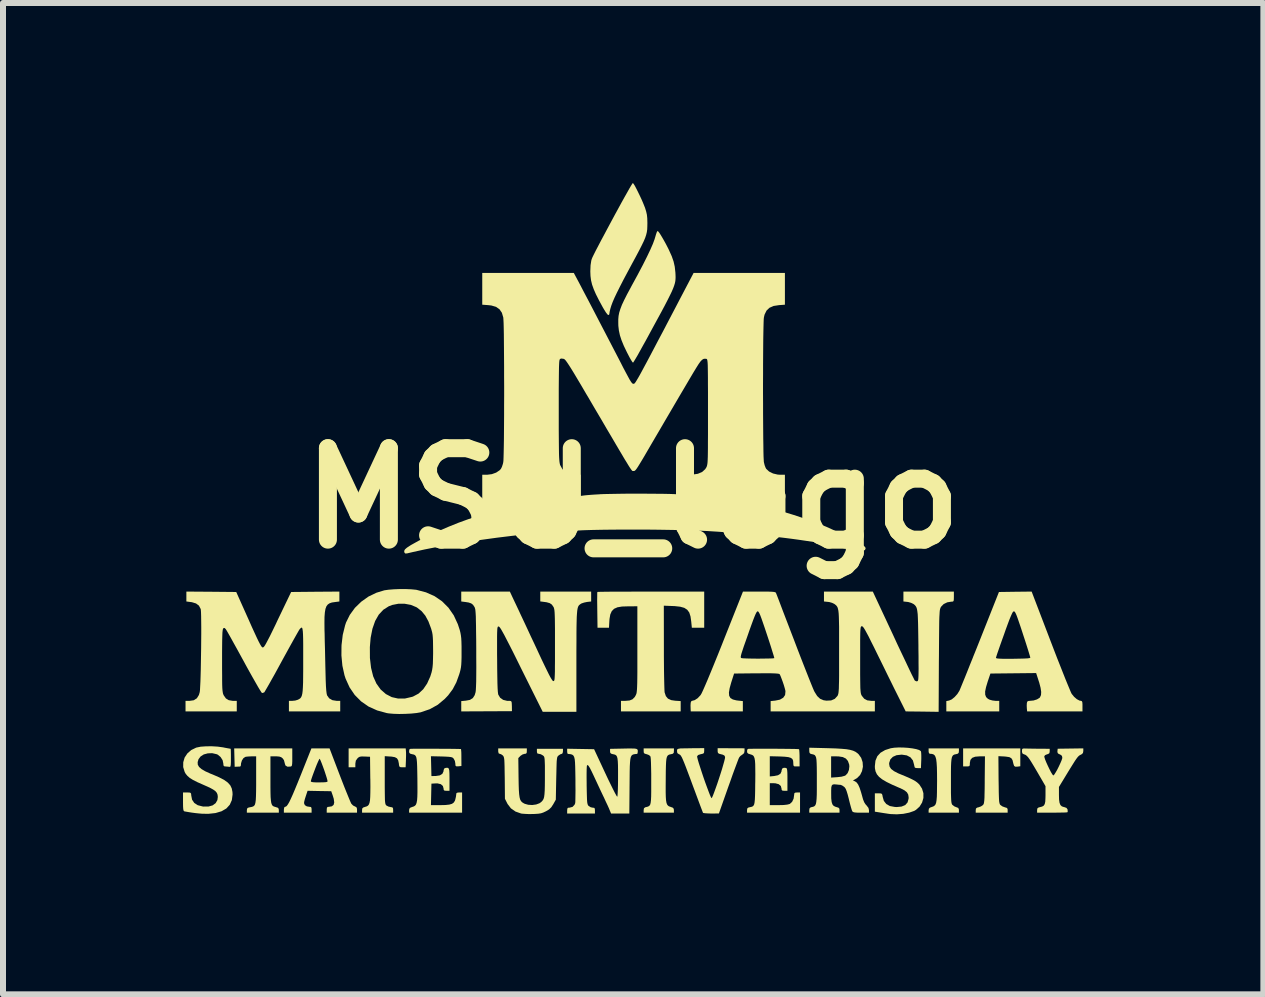
<source format=kicad_pcb>
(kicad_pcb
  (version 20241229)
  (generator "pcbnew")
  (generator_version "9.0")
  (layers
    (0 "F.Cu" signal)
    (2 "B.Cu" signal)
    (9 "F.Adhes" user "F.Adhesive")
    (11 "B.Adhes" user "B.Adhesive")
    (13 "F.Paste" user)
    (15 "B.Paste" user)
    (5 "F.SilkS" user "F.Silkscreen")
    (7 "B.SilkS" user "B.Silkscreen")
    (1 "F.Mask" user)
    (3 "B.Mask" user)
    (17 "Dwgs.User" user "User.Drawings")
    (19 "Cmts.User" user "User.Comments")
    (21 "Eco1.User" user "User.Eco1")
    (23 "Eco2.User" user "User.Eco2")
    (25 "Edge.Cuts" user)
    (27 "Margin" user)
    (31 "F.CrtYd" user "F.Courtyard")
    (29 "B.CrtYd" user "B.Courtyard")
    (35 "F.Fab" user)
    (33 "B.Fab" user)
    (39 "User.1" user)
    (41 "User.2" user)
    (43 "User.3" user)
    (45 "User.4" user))
  (footprint "MSU_logo"
    (layer "F.Cu")
    (at 7.495 5.254)
    (property "Reference" "MSU_logo" (at 0 0 0) (layer "F.SilkS") (effects (font (size 1.524 1.524) (thickness 0.3))))
    (attr board_only exclude_from_pos_files exclude_from_bom)
    (fp_poly (pts (xy 0.686 4.212) (xy 0.683 4.243) (xy 0.667 4.258) (xy 0.639 4.265) (xy 0.614 4.27) (xy 0.595 4.278) (xy 0.58 4.291) (xy 0.569 4.312) (xy 0.561 4.345) (xy 0.556 4.393) (xy 0.553 4.459) (xy 0.551 4.547) (xy 0.55 4.658) (xy 0.55 4.679) (xy 0.549 4.802) (xy 0.549 4.9) (xy 0.551 4.976) (xy 0.555 5.033) (xy 0.562 5.074) (xy 0.572 5.102) (xy 0.586 5.121) (xy 0.604 5.134) (xy 0.628 5.142) (xy 0.632 5.144) (xy 0.668 5.157) (xy 0.683 5.175) (xy 0.686 5.2) (xy 0.686 5.24) (xy 0.182 5.24) (xy 0.182 5.198) (xy 0.187 5.166) (xy 0.208 5.15) (xy 0.221 5.147) (xy 0.246 5.141) (xy 0.265 5.133) (xy 0.28 5.122) (xy 0.292 5.102) (xy 0.299 5.072) (xy 0.304 5.029) (xy 0.307 4.968) (xy 0.308 4.888) (xy 0.308 4.784) (xy 0.308 4.711) (xy 0.308 4.594) (xy 0.306 4.492) (xy 0.304 4.41) (xy 0.301 4.348) (xy 0.297 4.311) (xy 0.294 4.301) (xy 0.271 4.28) (xy 0.235 4.266) (xy 0.231 4.265) (xy 0.198 4.256) (xy 0.184 4.239) (xy 0.182 4.212) (xy 0.182 4.168) (xy 0.687 4.168)) (stroke (width 0) (type solid)) (fill yes) (layer "F.SilkS"))
    (fp_poly (pts (xy 5.436 4.212) (xy 5.432 4.242) (xy 5.417 4.257) (xy 5.387 4.265) (xy 5.363 4.27) (xy 5.344 4.279) (xy 5.33 4.293) (xy 5.319 4.317) (xy 5.312 4.352) (xy 5.307 4.403) (xy 5.304 4.472) (xy 5.303 4.562) (xy 5.303 4.676) (xy 5.303 4.709) (xy 5.303 4.822) (xy 5.303 4.91) (xy 5.305 4.977) (xy 5.307 5.026) (xy 5.31 5.06) (xy 5.314 5.083) (xy 5.32 5.099) (xy 5.327 5.11) (xy 5.329 5.111) (xy 5.362 5.136) (xy 5.395 5.149) (xy 5.425 5.161) (xy 5.435 5.185) (xy 5.436 5.199) (xy 5.436 5.24) (xy 4.931 5.24) (xy 4.931 5.2) (xy 4.936 5.173) (xy 4.953 5.156) (xy 4.986 5.144) (xy 5.011 5.135) (xy 5.03 5.122) (xy 5.045 5.104) (xy 5.056 5.075) (xy 5.063 5.033) (xy 5.068 4.975) (xy 5.07 4.898) (xy 5.071 4.799) (xy 5.072 4.707) (xy 5.071 4.583) (xy 5.069 4.483) (xy 5.064 4.406) (xy 5.057 4.349) (xy 5.045 4.308) (xy 5.03 4.282) (xy 5.009 4.267) (xy 4.983 4.26) (xy 4.96 4.259) (xy 4.94 4.253) (xy 4.932 4.231) (xy 4.931 4.213) (xy 4.931 4.168) (xy 5.436 4.168)) (stroke (width 0) (type solid)) (fill yes) (layer "F.SilkS"))
    (fp_poly (pts (xy 6.459 4.466) (xy 6.417 4.472) (xy 6.379 4.474) (xy 6.357 4.462) (xy 6.345 4.429) (xy 6.341 4.412) (xy 6.329 4.363) (xy 6.309 4.332) (xy 6.276 4.314) (xy 6.224 4.306) (xy 6.194 4.303) (xy 6.094 4.298) (xy 6.097 4.69) (xy 6.099 4.806) (xy 6.1 4.897) (xy 6.102 4.967) (xy 6.104 5.018) (xy 6.107 5.055) (xy 6.112 5.08) (xy 6.117 5.097) (xy 6.124 5.108) (xy 6.128 5.112) (xy 6.16 5.135) (xy 6.201 5.15) (xy 6.234 5.16) (xy 6.247 5.177) (xy 6.248 5.199) (xy 6.248 5.24) (xy 5.716 5.24) (xy 5.716 5.199) (xy 5.72 5.171) (xy 5.738 5.156) (xy 5.763 5.15) (xy 5.804 5.135) (xy 5.837 5.112) (xy 5.845 5.101) (xy 5.851 5.087) (xy 5.855 5.066) (xy 5.859 5.035) (xy 5.862 4.989) (xy 5.863 4.927) (xy 5.865 4.845) (xy 5.866 4.74) (xy 5.866 4.692) (xy 5.87 4.301) (xy 5.781 4.301) (xy 5.707 4.307) (xy 5.657 4.326) (xy 5.628 4.36) (xy 5.618 4.411) (xy 5.618 4.414) (xy 5.617 4.449) (xy 5.607 4.465) (xy 5.581 4.469) (xy 5.562 4.469) (xy 5.506 4.469) (xy 5.506 4.319) (xy 5.506 4.168) (xy 6.459 4.168)) (stroke (width 0) (type solid)) (fill yes) (layer "F.SilkS"))
    (fp_poly (pts (xy -3.78 4.21) (xy -3.778 4.244) (xy -3.778 4.296) (xy -3.78 4.356) (xy -3.78 4.368) (xy -3.785 4.483) (xy -3.838 4.483) (xy -3.87 4.482) (xy -3.887 4.473) (xy -3.895 4.449) (xy -3.898 4.419) (xy -3.909 4.367) (xy -3.929 4.334) (xy -3.964 4.315) (xy -4.02 4.305) (xy -4.042 4.304) (xy -4.133 4.298) (xy -4.133 4.697) (xy -4.133 4.813) (xy -4.132 4.905) (xy -4.131 4.975) (xy -4.13 5.027) (xy -4.127 5.064) (xy -4.123 5.088) (xy -4.118 5.104) (xy -4.111 5.114) (xy -4.107 5.119) (xy -4.074 5.137) (xy -4.037 5.146) (xy -4.006 5.151) (xy -3.995 5.167) (xy -3.993 5.194) (xy -3.993 5.24) (xy -4.511 5.24) (xy -4.511 5.198) (xy -4.508 5.17) (xy -4.492 5.154) (xy -4.457 5.142) (xy -4.456 5.142) (xy -4.431 5.134) (xy -4.412 5.122) (xy -4.398 5.104) (xy -4.387 5.076) (xy -4.379 5.035) (xy -4.375 4.979) (xy -4.373 4.905) (xy -4.372 4.809) (xy -4.373 4.688) (xy -4.374 4.665) (xy -4.378 4.308) (xy -4.466 4.304) (xy -4.516 4.303) (xy -4.548 4.307) (xy -4.572 4.32) (xy -4.588 4.335) (xy -4.615 4.373) (xy -4.623 4.423) (xy -4.623 4.426) (xy -4.623 4.483) (xy -4.735 4.483) (xy -4.735 4.168) (xy -3.784 4.168)) (stroke (width 0) (type solid)) (fill yes) (layer "F.SilkS"))
    (fp_poly (pts (xy -5.674 4.317) (xy -5.674 4.383) (xy -5.676 4.426) (xy -5.68 4.452) (xy -5.687 4.465) (xy -5.699 4.47) (xy -5.707 4.472) (xy -5.756 4.473) (xy -5.788 4.453) (xy -5.8 4.415) (xy -5.8 4.413) (xy -5.813 4.364) (xy -5.834 4.335) (xy -5.859 4.315) (xy -5.889 4.305) (xy -5.933 4.301) (xy -5.954 4.301) (xy -6.038 4.301) (xy -6.038 4.683) (xy -6.038 4.806) (xy -6.037 4.904) (xy -6.035 4.98) (xy -6.03 5.037) (xy -6.024 5.078) (xy -6.014 5.106) (xy -6.001 5.125) (xy -5.983 5.136) (xy -5.961 5.143) (xy -5.951 5.146) (xy -5.916 5.157) (xy -5.901 5.174) (xy -5.898 5.199) (xy -5.898 5.24) (xy -6.431 5.24) (xy -6.431 5.199) (xy -6.427 5.172) (xy -6.413 5.158) (xy -6.379 5.149) (xy -6.374 5.149) (xy -6.347 5.143) (xy -6.326 5.136) (xy -6.309 5.124) (xy -6.296 5.103) (xy -6.288 5.072) (xy -6.282 5.026) (xy -6.279 4.963) (xy -6.277 4.88) (xy -6.276 4.774) (xy -6.276 4.69) (xy -6.276 4.301) (xy -6.35 4.301) (xy -6.399 4.303) (xy -6.441 4.307) (xy -6.456 4.31) (xy -6.488 4.331) (xy -6.514 4.371) (xy -6.528 4.418) (xy -6.529 4.433) (xy -6.533 4.461) (xy -6.543 4.471) (xy -6.566 4.472) (xy -6.595 4.473) (xy -6.634 4.475) (xy -6.638 4.321) (xy -6.642 4.168) (xy -5.674 4.168)) (stroke (width 0) (type solid)) (fill yes) (layer "F.SilkS"))
    (fp_poly (pts (xy 0.428 -4.443) (xy 0.452 -4.411) (xy 0.482 -4.362) (xy 0.517 -4.302) (xy 0.554 -4.235) (xy 0.59 -4.165) (xy 0.604 -4.136) (xy 0.65 -4.034) (xy 0.681 -3.945) (xy 0.7 -3.86) (xy 0.71 -3.77) (xy 0.711 -3.761) (xy 0.713 -3.722) (xy 0.714 -3.687) (xy 0.713 -3.654) (xy 0.71 -3.621) (xy 0.703 -3.586) (xy 0.691 -3.546) (xy 0.674 -3.5) (xy 0.651 -3.446) (xy 0.62 -3.382) (xy 0.582 -3.306) (xy 0.535 -3.215) (xy 0.478 -3.108) (xy 0.41 -2.983) (xy 0.331 -2.838) (xy 0.24 -2.67) (xy 0.221 -2.635) (xy 0.169 -2.542) (xy 0.122 -2.457) (xy 0.081 -2.383) (xy 0.046 -2.324) (xy 0.021 -2.283) (xy 0.007 -2.262) (xy 0.005 -2.26) (xy -0.006 -2.27) (xy -0.026 -2.301) (xy -0.053 -2.348) (xy -0.084 -2.408) (xy -0.094 -2.427) (xy -0.148 -2.539) (xy -0.187 -2.634) (xy -0.214 -2.717) (xy -0.231 -2.796) (xy -0.24 -2.875) (xy -0.241 -2.922) (xy -0.241 -2.983) (xy -0.236 -3.04) (xy -0.225 -3.096) (xy -0.206 -3.156) (xy -0.18 -3.224) (xy -0.143 -3.303) (xy -0.095 -3.398) (xy -0.034 -3.511) (xy -0.02 -3.538) (xy 0.081 -3.723) (xy 0.167 -3.886) (xy 0.238 -4.027) (xy 0.294 -4.145) (xy 0.336 -4.241) (xy 0.364 -4.317) (xy 0.375 -4.354) (xy 0.389 -4.402) (xy 0.402 -4.438) (xy 0.414 -4.455) (xy 0.415 -4.455)) (stroke (width 0) (type solid)) (fill yes) (layer "F.SilkS"))
    (fp_poly (pts (xy 0.013 -5.242) (xy 0.034 -5.209) (xy 0.06 -5.16) (xy 0.09 -5.1) (xy 0.122 -5.034) (xy 0.153 -4.967) (xy 0.18 -4.903) (xy 0.202 -4.848) (xy 0.206 -4.837) (xy 0.224 -4.778) (xy 0.236 -4.725) (xy 0.242 -4.667) (xy 0.244 -4.593) (xy 0.244 -4.581) (xy 0.243 -4.528) (xy 0.241 -4.48) (xy 0.235 -4.436) (xy 0.224 -4.391) (xy 0.208 -4.342) (xy 0.184 -4.285) (xy 0.151 -4.217) (xy 0.109 -4.134) (xy 0.055 -4.032) (xy 0.004 -3.938) (xy -0.081 -3.78) (xy -0.154 -3.643) (xy -0.214 -3.526) (xy -0.264 -3.426) (xy -0.304 -3.342) (xy -0.335 -3.27) (xy -0.358 -3.208) (xy -0.374 -3.155) (xy -0.385 -3.108) (xy -0.391 -3.065) (xy -0.403 -3.055) (xy -0.41 -3.054) (xy -0.423 -3.066) (xy -0.447 -3.097) (xy -0.476 -3.143) (xy -0.5 -3.184) (xy -0.564 -3.302) (xy -0.614 -3.401) (xy -0.651 -3.486) (xy -0.678 -3.562) (xy -0.695 -3.633) (xy -0.704 -3.705) (xy -0.707 -3.78) (xy -0.707 -3.783) (xy -0.703 -3.883) (xy -0.691 -3.961) (xy -0.683 -3.988) (xy -0.672 -4.015) (xy -0.649 -4.062) (xy -0.617 -4.126) (xy -0.576 -4.204) (xy -0.529 -4.294) (xy -0.476 -4.393) (xy -0.42 -4.498) (xy -0.362 -4.606) (xy -0.304 -4.714) (xy -0.246 -4.82) (xy -0.191 -4.921) (xy -0.14 -5.013) (xy -0.094 -5.094) (xy -0.056 -5.162) (xy -0.026 -5.213) (xy -0.006 -5.244) (xy 0.001 -5.254)) (stroke (width 0) (type solid)) (fill yes) (layer "F.SilkS"))
    (fp_poly (pts (xy 1.191 2.158) (xy 0.985 2.158) (xy 0.975 2.056) (xy 0.963 1.97) (xy 0.942 1.904) (xy 0.908 1.858) (xy 0.859 1.826) (xy 0.79 1.807) (xy 0.698 1.797) (xy 0.67 1.796) (xy 0.518 1.79) (xy 0.519 2.481) (xy 0.519 2.62) (xy 0.52 2.752) (xy 0.521 2.874) (xy 0.523 2.984) (xy 0.525 3.077) (xy 0.527 3.152) (xy 0.529 3.205) (xy 0.531 3.233) (xy 0.531 3.234) (xy 0.552 3.297) (xy 0.587 3.339) (xy 0.641 3.364) (xy 0.707 3.374) (xy 0.799 3.38) (xy 0.799 3.466) (xy 0.799 3.552) (xy -0.196 3.552) (xy -0.196 3.464) (xy -0.196 3.376) (xy -0.123 3.376) (xy -0.053 3.37) (xy -0.004 3.35) (xy 0.033 3.313) (xy 0.049 3.285) (xy 0.055 3.272) (xy 0.061 3.257) (xy 0.065 3.238) (xy 0.068 3.213) (xy 0.071 3.179) (xy 0.073 3.134) (xy 0.075 3.075) (xy 0.076 3) (xy 0.077 2.906) (xy 0.077 2.791) (xy 0.077 2.653) (xy 0.077 2.515) (xy 0.077 1.8) (xy -0.077 1.801) (xy -0.178 1.804) (xy -0.255 1.817) (xy -0.311 1.842) (xy -0.349 1.88) (xy -0.374 1.936) (xy -0.387 2.01) (xy -0.39 2.048) (xy -0.396 2.158) (xy -0.587 2.158) (xy -0.591 1.862) (xy -0.592 1.774) (xy -0.593 1.696) (xy -0.592 1.632) (xy -0.592 1.586) (xy -0.59 1.563) (xy -0.59 1.561) (xy -0.575 1.56) (xy -0.535 1.559) (xy -0.471 1.558) (xy -0.387 1.557) (xy -0.284 1.557) (xy -0.165 1.556) (xy -0.032 1.556) (xy 0.113 1.555) (xy 0.266 1.555) (xy 0.304 1.555) (xy 1.191 1.555)) (stroke (width 0) (type solid)) (fill yes) (layer "F.SilkS"))
    (fp_poly (pts (xy -4.884 4.611) (xy -4.843 4.717) (xy -4.804 4.817) (xy -4.768 4.906) (xy -4.737 4.982) (xy -4.713 5.04) (xy -4.696 5.078) (xy -4.69 5.09) (xy -4.661 5.12) (xy -4.63 5.136) (xy -4.606 5.148) (xy -4.596 5.172) (xy -4.595 5.192) (xy -4.595 5.24) (xy -5.1 5.24) (xy -5.1 5.191) (xy -5.097 5.158) (xy -5.085 5.144) (xy -5.064 5.142) (xy -5.015 5.134) (xy -4.985 5.11) (xy -4.975 5.069) (xy -4.983 5.008) (xy -5 4.953) (xy -5.025 4.882) (xy -5.222 4.879) (xy -5.419 4.875) (xy -5.448 4.962) (xy -5.464 5.012) (xy -5.475 5.056) (xy -5.478 5.081) (xy -5.465 5.114) (xy -5.431 5.135) (xy -5.388 5.142) (xy -5.363 5.145) (xy -5.354 5.161) (xy -5.352 5.191) (xy -5.352 5.24) (xy -5.814 5.24) (xy -5.814 5.191) (xy -5.809 5.154) (xy -5.795 5.142) (xy -5.794 5.142) (xy -5.779 5.138) (xy -5.764 5.125) (xy -5.746 5.1) (xy -5.724 5.062) (xy -5.698 5.008) (xy -5.666 4.937) (xy -5.627 4.845) (xy -5.58 4.731) (xy -5.575 4.718) (xy -5.365 4.718) (xy -5.357 4.726) (xy -5.33 4.732) (xy -5.281 4.735) (xy -5.226 4.735) (xy -5.158 4.734) (xy -5.114 4.731) (xy -5.091 4.725) (xy -5.086 4.717) (xy -5.09 4.694) (xy -5.102 4.652) (xy -5.119 4.599) (xy -5.139 4.538) (xy -5.161 4.477) (xy -5.182 4.421) (xy -5.2 4.376) (xy -5.213 4.348) (xy -5.219 4.341) (xy -5.227 4.353) (xy -5.243 4.386) (xy -5.264 4.434) (xy -5.287 4.492) (xy -5.31 4.553) (xy -5.332 4.612) (xy -5.35 4.663) (xy -5.362 4.701) (xy -5.365 4.718) (xy -5.575 4.718) (xy -5.532 4.612) (xy -5.355 4.168) (xy -5.053 4.168)) (stroke (width 0) (type solid)) (fill yes) (layer "F.SilkS"))
    (fp_poly (pts (xy 1.191 4.21) (xy 1.188 4.24) (xy 1.175 4.255) (xy 1.144 4.263) (xy 1.136 4.264) (xy 1.092 4.278) (xy 1.073 4.298) (xy 1.075 4.318) (xy 1.085 4.359) (xy 1.102 4.417) (xy 1.125 4.488) (xy 1.151 4.568) (xy 1.179 4.652) (xy 1.208 4.735) (xy 1.237 4.814) (xy 1.263 4.884) (xy 1.285 4.941) (xy 1.302 4.98) (xy 1.313 4.998) (xy 1.313 4.998) (xy 1.322 4.987) (xy 1.337 4.953) (xy 1.357 4.901) (xy 1.381 4.835) (xy 1.408 4.759) (xy 1.435 4.678) (xy 1.462 4.595) (xy 1.487 4.516) (xy 1.508 4.443) (xy 1.525 4.383) (xy 1.536 4.338) (xy 1.539 4.313) (xy 1.539 4.312) (xy 1.529 4.289) (xy 1.503 4.274) (xy 1.475 4.267) (xy 1.437 4.257) (xy 1.42 4.243) (xy 1.415 4.219) (xy 1.415 4.209) (xy 1.415 4.165) (xy 1.639 4.166) (xy 1.863 4.167) (xy 1.863 4.211) (xy 1.856 4.247) (xy 1.831 4.269) (xy 1.829 4.27) (xy 1.794 4.295) (xy 1.775 4.318) (xy 1.765 4.338) (xy 1.748 4.382) (xy 1.724 4.446) (xy 1.694 4.526) (xy 1.66 4.619) (xy 1.624 4.722) (xy 1.595 4.802) (xy 1.436 5.253) (xy 1.307 5.254) (xy 1.25 5.252) (xy 1.204 5.249) (xy 1.177 5.245) (xy 1.171 5.242) (xy 1.165 5.227) (xy 1.15 5.188) (xy 1.128 5.13) (xy 1.1 5.055) (xy 1.067 4.966) (xy 1.03 4.866) (xy 1.003 4.794) (xy 0.955 4.664) (xy 0.915 4.558) (xy 0.883 4.473) (xy 0.857 4.407) (xy 0.836 4.357) (xy 0.82 4.321) (xy 0.806 4.297) (xy 0.795 4.281) (xy 0.784 4.272) (xy 0.774 4.267) (xy 0.771 4.266) (xy 0.747 4.25) (xy 0.741 4.237) (xy 0.738 4.212) (xy 0.739 4.193) (xy 0.746 4.181) (xy 0.764 4.174) (xy 0.796 4.169) (xy 0.847 4.168) (xy 0.92 4.167) (xy 0.963 4.166) (xy 1.191 4.164)) (stroke (width 0) (type solid)) (fill yes) (layer "F.SilkS"))
    (fp_poly (pts (xy 4.507 4.154) (xy 4.586 4.159) (xy 4.659 4.168) (xy 4.723 4.18) (xy 4.772 4.195) (xy 4.799 4.212) (xy 4.803 4.218) (xy 4.807 4.242) (xy 4.809 4.287) (xy 4.809 4.344) (xy 4.808 4.37) (xy 4.803 4.497) (xy 4.75 4.497) (xy 4.716 4.495) (xy 4.699 4.485) (xy 4.692 4.457) (xy 4.689 4.441) (xy 4.669 4.369) (xy 4.628 4.317) (xy 4.567 4.285) (xy 4.487 4.273) (xy 4.476 4.273) (xy 4.396 4.282) (xy 4.335 4.309) (xy 4.293 4.352) (xy 4.274 4.41) (xy 4.273 4.428) (xy 4.281 4.473) (xy 4.306 4.511) (xy 4.353 4.547) (xy 4.422 4.583) (xy 4.453 4.596) (xy 4.545 4.634) (xy 4.616 4.665) (xy 4.669 4.691) (xy 4.708 4.713) (xy 4.739 4.735) (xy 4.764 4.758) (xy 4.776 4.77) (xy 4.821 4.839) (xy 4.844 4.915) (xy 4.844 4.995) (xy 4.822 5.071) (xy 4.78 5.139) (xy 4.72 5.193) (xy 4.691 5.21) (xy 4.608 5.239) (xy 4.509 5.259) (xy 4.402 5.267) (xy 4.296 5.263) (xy 4.259 5.258) (xy 4.227 5.253) (xy 4.179 5.246) (xy 4.129 5.238) (xy 4.035 5.223) (xy 4.035 4.917) (xy 4.096 4.917) (xy 4.134 4.919) (xy 4.153 4.927) (xy 4.161 4.95) (xy 4.165 4.974) (xy 4.185 5.044) (xy 4.225 5.095) (xy 4.285 5.129) (xy 4.366 5.144) (xy 4.399 5.146) (xy 4.48 5.138) (xy 4.541 5.113) (xy 4.58 5.069) (xy 4.597 5.008) (xy 4.598 4.984) (xy 4.591 4.938) (xy 4.569 4.9) (xy 4.528 4.867) (xy 4.464 4.834) (xy 4.444 4.826) (xy 4.325 4.774) (xy 4.231 4.728) (xy 4.158 4.685) (xy 4.105 4.643) (xy 4.069 4.6) (xy 4.047 4.553) (xy 4.036 4.5) (xy 4.035 4.464) (xy 4.045 4.373) (xy 4.076 4.299) (xy 4.129 4.241) (xy 4.206 4.196) (xy 4.3 4.166) (xy 4.359 4.157) (xy 4.43 4.153)) (stroke (width 0) (type solid)) (fill yes) (layer "F.SilkS"))
    (fp_poly (pts (xy 7.509 4.212) (xy 7.503 4.246) (xy 7.48 4.267) (xy 7.468 4.273) (xy 7.452 4.281) (xy 7.436 4.292) (xy 7.418 4.31) (xy 7.397 4.337) (xy 7.37 4.376) (xy 7.336 4.43) (xy 7.291 4.502) (xy 7.234 4.595) (xy 7.23 4.602) (xy 7.103 4.811) (xy 7.103 4.945) (xy 7.105 5.023) (xy 7.113 5.077) (xy 7.128 5.113) (xy 7.152 5.135) (xy 7.188 5.147) (xy 7.192 5.147) (xy 7.228 5.16) (xy 7.245 5.183) (xy 7.247 5.191) (xy 7.249 5.22) (xy 7.246 5.232) (xy 7.23 5.235) (xy 7.191 5.237) (xy 7.133 5.238) (xy 7.061 5.239) (xy 6.989 5.24) (xy 6.739 5.24) (xy 6.739 5.199) (xy 6.743 5.169) (xy 6.762 5.154) (xy 6.784 5.148) (xy 6.823 5.138) (xy 6.85 5.122) (xy 6.866 5.096) (xy 6.875 5.056) (xy 6.878 4.995) (xy 6.879 4.947) (xy 6.879 4.798) (xy 6.745 4.567) (xy 6.691 4.475) (xy 6.648 4.404) (xy 6.615 4.352) (xy 6.588 4.315) (xy 6.565 4.291) (xy 6.545 4.276) (xy 6.524 4.268) (xy 6.52 4.267) (xy 6.496 4.255) (xy 6.487 4.228) (xy 6.487 4.213) (xy 6.489 4.182) (xy 6.503 4.171) (xy 6.532 4.17) (xy 6.563 4.171) (xy 6.615 4.172) (xy 6.682 4.173) (xy 6.755 4.174) (xy 6.763 4.174) (xy 6.949 4.175) (xy 6.949 4.216) (xy 6.944 4.247) (xy 6.923 4.262) (xy 6.908 4.266) (xy 6.876 4.279) (xy 6.859 4.297) (xy 6.861 4.317) (xy 6.873 4.355) (xy 6.893 4.404) (xy 6.918 4.459) (xy 6.944 4.513) (xy 6.969 4.562) (xy 6.991 4.599) (xy 7.007 4.618) (xy 7.011 4.619) (xy 7.026 4.604) (xy 7.048 4.569) (xy 7.075 4.522) (xy 7.102 4.468) (xy 7.127 4.414) (xy 7.147 4.367) (xy 7.158 4.333) (xy 7.159 4.324) (xy 7.153 4.293) (xy 7.129 4.274) (xy 7.116 4.268) (xy 7.087 4.253) (xy 7.077 4.23) (xy 7.078 4.213) (xy 7.082 4.174) (xy 7.509 4.168)) (stroke (width 0) (type solid)) (fill yes) (layer "F.SilkS"))
    (fp_poly (pts (xy 2.34 4.174) (xy 2.454 4.175) (xy 2.555 4.176) (xy 2.64 4.177) (xy 2.706 4.178) (xy 2.751 4.18) (xy 2.771 4.182) (xy 2.772 4.182) (xy 2.775 4.199) (xy 2.778 4.237) (xy 2.78 4.29) (xy 2.78 4.33) (xy 2.781 4.469) (xy 2.728 4.469) (xy 2.694 4.468) (xy 2.68 4.457) (xy 2.676 4.43) (xy 2.676 4.415) (xy 2.673 4.375) (xy 2.661 4.346) (xy 2.636 4.327) (xy 2.594 4.314) (xy 2.532 4.307) (xy 2.45 4.303) (xy 2.284 4.299) (xy 2.284 4.636) (xy 2.357 4.629) (xy 2.421 4.616) (xy 2.461 4.591) (xy 2.479 4.553) (xy 2.48 4.539) (xy 2.49 4.505) (xy 2.519 4.491) (xy 2.553 4.494) (xy 2.563 4.499) (xy 2.57 4.511) (xy 2.574 4.535) (xy 2.577 4.576) (xy 2.578 4.638) (xy 2.578 4.687) (xy 2.578 4.875) (xy 2.529 4.875) (xy 2.496 4.873) (xy 2.482 4.861) (xy 2.48 4.84) (xy 2.468 4.795) (xy 2.433 4.765) (xy 2.377 4.75) (xy 2.354 4.749) (xy 2.284 4.749) (xy 2.284 5.114) (xy 2.431 5.114) (xy 2.516 5.112) (xy 2.577 5.105) (xy 2.615 5.095) (xy 2.619 5.093) (xy 2.656 5.059) (xy 2.681 5.006) (xy 2.69 4.943) (xy 2.693 4.917) (xy 2.707 4.906) (xy 2.739 4.903) (xy 2.788 4.903) (xy 2.788 5.24) (xy 1.905 5.24) (xy 1.905 5.198) (xy 1.909 5.169) (xy 1.926 5.155) (xy 1.954 5.148) (xy 1.978 5.143) (xy 1.997 5.136) (xy 2.012 5.123) (xy 2.023 5.103) (xy 2.03 5.071) (xy 2.035 5.024) (xy 2.038 4.96) (xy 2.04 4.875) (xy 2.041 4.766) (xy 2.042 4.723) (xy 2.043 4.601) (xy 2.042 4.504) (xy 2.041 4.429) (xy 2.037 4.373) (xy 2.03 4.333) (xy 2.02 4.306) (xy 2.007 4.288) (xy 1.989 4.277) (xy 1.966 4.269) (xy 1.958 4.267) (xy 1.923 4.255) (xy 1.908 4.239) (xy 1.905 4.215) (xy 1.909 4.187) (xy 1.925 4.176) (xy 1.951 4.175) (xy 2.086 4.174) (xy 2.217 4.174)) (stroke (width 0) (type solid)) (fill yes) (layer "F.SilkS"))
    (fp_poly (pts (xy -1.765 4.213) (xy -1.768 4.245) (xy -1.782 4.257) (xy -1.801 4.259) (xy -1.835 4.269) (xy -1.87 4.292) (xy -1.872 4.294) (xy -1.907 4.33) (xy -1.903 4.655) (xy -1.901 4.771) (xy -1.898 4.861) (xy -1.893 4.931) (xy -1.886 4.983) (xy -1.876 5.021) (xy -1.861 5.048) (xy -1.841 5.068) (xy -1.815 5.084) (xy -1.799 5.092) (xy -1.742 5.108) (xy -1.675 5.112) (xy -1.609 5.103) (xy -1.555 5.083) (xy -1.544 5.076) (xy -1.52 5.057) (xy -1.502 5.037) (xy -1.487 5.012) (xy -1.477 4.979) (xy -1.471 4.933) (xy -1.467 4.873) (xy -1.465 4.793) (xy -1.464 4.69) (xy -1.464 4.64) (xy -1.464 4.536) (xy -1.464 4.456) (xy -1.466 4.398) (xy -1.468 4.356) (xy -1.471 4.328) (xy -1.476 4.31) (xy -1.483 4.298) (xy -1.493 4.289) (xy -1.497 4.286) (xy -1.532 4.266) (xy -1.564 4.259) (xy -1.588 4.254) (xy -1.596 4.234) (xy -1.597 4.217) (xy -1.597 4.175) (xy -1.163 4.175) (xy -1.163 4.217) (xy -1.169 4.249) (xy -1.182 4.259) (xy -1.207 4.267) (xy -1.235 4.286) (xy -1.245 4.295) (xy -1.253 4.305) (xy -1.259 4.32) (xy -1.263 4.344) (xy -1.267 4.38) (xy -1.269 4.431) (xy -1.271 4.501) (xy -1.273 4.594) (xy -1.275 4.668) (xy -1.282 5.023) (xy -1.325 5.1) (xy -1.358 5.15) (xy -1.395 5.186) (xy -1.447 5.217) (xy -1.448 5.217) (xy -1.49 5.237) (xy -1.529 5.25) (xy -1.573 5.257) (xy -1.633 5.261) (xy -1.663 5.262) (xy -1.731 5.263) (xy -1.795 5.26) (xy -1.847 5.256) (xy -1.863 5.253) (xy -1.954 5.221) (xy -2.03 5.168) (xy -2.086 5.095) (xy -2.091 5.085) (xy -2.13 5.008) (xy -2.133 4.663) (xy -2.135 4.555) (xy -2.136 4.472) (xy -2.138 4.409) (xy -2.14 4.364) (xy -2.144 4.333) (xy -2.149 4.312) (xy -2.156 4.298) (xy -2.163 4.288) (xy -2.192 4.267) (xy -2.216 4.259) (xy -2.234 4.252) (xy -2.241 4.226) (xy -2.242 4.213) (xy -2.242 4.168) (xy -1.765 4.168)) (stroke (width 0) (type solid)) (fill yes) (layer "F.SilkS"))
    (fp_poly (pts (xy -3.291 4.174) (xy -3.19 4.175) (xy -3.095 4.175) (xy -3.012 4.176) (xy -2.943 4.177) (xy -2.894 4.178) (xy -2.866 4.179) (xy -2.862 4.18) (xy -2.86 4.196) (xy -2.857 4.233) (xy -2.856 4.286) (xy -2.856 4.324) (xy -2.855 4.462) (xy -2.906 4.467) (xy -2.939 4.468) (xy -2.953 4.458) (xy -2.956 4.431) (xy -2.956 4.423) (xy -2.964 4.378) (xy -2.983 4.341) (xy -2.996 4.327) (xy -3.011 4.318) (xy -3.036 4.312) (xy -3.073 4.308) (xy -3.129 4.305) (xy -3.186 4.303) (xy -3.363 4.299) (xy -3.355 4.63) (xy -3.279 4.628) (xy -3.214 4.618) (xy -3.172 4.591) (xy -3.153 4.549) (xy -3.152 4.532) (xy -3.142 4.504) (xy -3.12 4.494) (xy -3.095 4.491) (xy -3.077 4.494) (xy -3.065 4.508) (xy -3.058 4.536) (xy -3.055 4.583) (xy -3.054 4.653) (xy -3.054 4.687) (xy -3.054 4.875) (xy -3.103 4.875) (xy -3.136 4.873) (xy -3.15 4.861) (xy -3.152 4.84) (xy -3.164 4.795) (xy -3.198 4.765) (xy -3.252 4.752) (xy -3.283 4.752) (xy -3.355 4.756) (xy -3.359 4.935) (xy -3.363 5.114) (xy -3.208 5.114) (xy -3.121 5.112) (xy -3.057 5.105) (xy -3.012 5.092) (xy -2.983 5.071) (xy -2.964 5.041) (xy -2.957 5.019) (xy -2.947 4.976) (xy -2.942 4.939) (xy -2.942 4.935) (xy -2.938 4.914) (xy -2.919 4.905) (xy -2.893 4.903) (xy -2.844 4.903) (xy -2.844 5.24) (xy -3.727 5.24) (xy -3.727 5.2) (xy -3.723 5.173) (xy -3.706 5.156) (xy -3.671 5.143) (xy -3.647 5.135) (xy -3.627 5.122) (xy -3.612 5.103) (xy -3.602 5.075) (xy -3.594 5.033) (xy -3.59 4.977) (xy -3.588 4.901) (xy -3.588 4.804) (xy -3.589 4.682) (xy -3.589 4.671) (xy -3.591 4.556) (xy -3.593 4.467) (xy -3.596 4.398) (xy -3.601 4.349) (xy -3.608 4.314) (xy -3.619 4.292) (xy -3.634 4.278) (xy -3.653 4.27) (xy -3.678 4.265) (xy -3.679 4.265) (xy -3.712 4.255) (xy -3.725 4.238) (xy -3.727 4.215) (xy -3.722 4.185) (xy -3.704 4.175) (xy -3.699 4.175) (xy -3.604 4.174) (xy -3.503 4.174) (xy -3.397 4.174)) (stroke (width 0) (type solid)) (fill yes) (layer "F.SilkS"))
    (fp_poly (pts (xy -6.916 4.139) (xy -6.822 4.152) (xy -6.815 4.154) (xy -6.763 4.164) (xy -6.723 4.171) (xy -6.702 4.175) (xy -6.7 4.175) (xy -6.699 4.188) (xy -6.698 4.223) (xy -6.697 4.275) (xy -6.697 4.328) (xy -6.697 4.395) (xy -6.699 4.439) (xy -6.703 4.464) (xy -6.709 4.475) (xy -6.719 4.476) (xy -6.721 4.476) (xy -6.754 4.472) (xy -6.784 4.47) (xy -6.811 4.466) (xy -6.821 4.45) (xy -6.823 4.422) (xy -6.835 4.365) (xy -6.869 4.312) (xy -6.916 4.273) (xy -6.935 4.265) (xy -7.009 4.248) (xy -7.082 4.251) (xy -7.149 4.269) (xy -7.202 4.303) (xy -7.237 4.349) (xy -7.237 4.35) (xy -7.251 4.397) (xy -7.249 4.439) (xy -7.228 4.477) (xy -7.187 4.513) (xy -7.124 4.55) (xy -7.036 4.59) (xy -7.002 4.603) (xy -6.894 4.65) (xy -6.811 4.693) (xy -6.75 4.737) (xy -6.708 4.783) (xy -6.683 4.835) (xy -6.671 4.895) (xy -6.669 4.937) (xy -6.681 5.03) (xy -6.716 5.108) (xy -6.773 5.17) (xy -6.852 5.216) (xy -6.953 5.246) (xy -7.073 5.259) (xy -7.18 5.257) (xy -7.226 5.253) (xy -7.284 5.247) (xy -7.346 5.239) (xy -7.403 5.23) (xy -7.449 5.222) (xy -7.475 5.217) (xy -7.476 5.216) (xy -7.485 5.206) (xy -7.491 5.181) (xy -7.494 5.138) (xy -7.495 5.071) (xy -7.495 5.056) (xy -7.495 4.903) (xy -7.428 4.903) (xy -7.387 4.904) (xy -7.367 4.911) (xy -7.36 4.927) (xy -7.358 4.952) (xy -7.344 5.023) (xy -7.308 5.077) (xy -7.25 5.115) (xy -7.169 5.136) (xy -7.153 5.138) (xy -7.069 5.137) (xy -7.001 5.118) (xy -6.951 5.081) (xy -6.922 5.03) (xy -6.915 4.978) (xy -6.919 4.941) (xy -6.931 4.91) (xy -6.954 4.882) (xy -6.991 4.855) (xy -7.047 4.824) (xy -7.125 4.789) (xy -7.161 4.773) (xy -7.256 4.731) (xy -7.329 4.694) (xy -7.382 4.661) (xy -7.421 4.627) (xy -7.45 4.592) (xy -7.467 4.562) (xy -7.492 4.48) (xy -7.491 4.399) (xy -7.468 4.321) (xy -7.422 4.252) (xy -7.358 4.196) (xy -7.276 4.156) (xy -7.268 4.154) (xy -7.2 4.14) (xy -7.113 4.134) (xy -7.016 4.133)) (stroke (width 0) (type solid)) (fill yes) (layer "F.SilkS"))
    (fp_poly (pts (xy -3.693 1.517) (xy -3.619 1.524) (xy -3.604 1.526) (xy -3.445 1.568) (xy -3.302 1.632) (xy -3.178 1.717) (xy -3.071 1.824) (xy -2.983 1.951) (xy -2.915 2.098) (xy -2.883 2.196) (xy -2.872 2.24) (xy -2.864 2.284) (xy -2.858 2.333) (xy -2.855 2.392) (xy -2.853 2.469) (xy -2.853 2.557) (xy -2.853 2.649) (xy -2.855 2.72) (xy -2.858 2.774) (xy -2.863 2.819) (xy -2.871 2.86) (xy -2.882 2.902) (xy -2.892 2.935) (xy -2.94 3.068) (xy -3 3.182) (xy -3.076 3.284) (xy -3.132 3.343) (xy -3.249 3.441) (xy -3.382 3.515) (xy -3.531 3.566) (xy -3.534 3.567) (xy -3.603 3.579) (xy -3.692 3.588) (xy -3.791 3.593) (xy -3.892 3.595) (xy -3.987 3.592) (xy -4.067 3.585) (xy -4.098 3.58) (xy -4.259 3.536) (xy -4.403 3.471) (xy -4.528 3.384) (xy -4.633 3.278) (xy -4.719 3.152) (xy -4.785 3.007) (xy -4.804 2.949) (xy -4.839 2.79) (xy -4.855 2.62) (xy -4.854 2.48) (xy -4.381 2.48) (xy -4.38 2.663) (xy -4.361 2.826) (xy -4.326 2.967) (xy -4.272 3.088) (xy -4.202 3.186) (xy -4.201 3.187) (xy -4.114 3.263) (xy -4.016 3.314) (xy -3.909 3.338) (xy -3.795 3.337) (xy -3.675 3.309) (xy -3.657 3.302) (xy -3.569 3.255) (xy -3.492 3.183) (xy -3.427 3.088) (xy -3.374 2.97) (xy -3.352 2.9) (xy -3.343 2.859) (xy -3.336 2.813) (xy -3.331 2.756) (xy -3.329 2.684) (xy -3.327 2.591) (xy -3.327 2.543) (xy -3.328 2.447) (xy -3.329 2.374) (xy -3.332 2.317) (xy -3.336 2.273) (xy -3.343 2.234) (xy -3.353 2.197) (xy -3.36 2.172) (xy -3.405 2.052) (xy -3.457 1.956) (xy -3.519 1.881) (xy -3.593 1.823) (xy -3.606 1.815) (xy -3.697 1.777) (xy -3.8 1.758) (xy -3.907 1.758) (xy -4.009 1.778) (xy -4.066 1.8) (xy -4.157 1.858) (xy -4.233 1.94) (xy -4.293 2.045) (xy -4.338 2.174) (xy -4.368 2.325) (xy -4.381 2.48) (xy -4.854 2.48) (xy -4.853 2.446) (xy -4.833 2.277) (xy -4.794 2.119) (xy -4.778 2.07) (xy -4.715 1.943) (xy -4.63 1.826) (xy -4.525 1.724) (xy -4.404 1.638) (xy -4.271 1.574) (xy -4.14 1.534) (xy -4.07 1.524) (xy -3.982 1.517) (xy -3.884 1.513) (xy -3.785 1.513)) (stroke (width 0) (type solid)) (fill yes) (layer "F.SilkS"))
    (fp_poly (pts (xy 3.254 4.165) (xy 3.379 4.169) (xy 3.481 4.175) (xy 3.561 4.182) (xy 3.624 4.193) (xy 3.673 4.207) (xy 3.712 4.225) (xy 3.744 4.248) (xy 3.763 4.265) (xy 3.807 4.326) (xy 3.831 4.398) (xy 3.836 4.474) (xy 3.821 4.547) (xy 3.789 4.612) (xy 3.739 4.663) (xy 3.722 4.673) (xy 3.67 4.703) (xy 3.705 4.718) (xy 3.733 4.738) (xy 3.757 4.772) (xy 3.781 4.825) (xy 3.805 4.899) (xy 3.82 4.952) (xy 3.839 5.02) (xy 3.858 5.067) (xy 3.879 5.1) (xy 3.895 5.117) (xy 3.928 5.16) (xy 3.937 5.197) (xy 3.937 5.24) (xy 3.804 5.24) (xy 3.741 5.239) (xy 3.7 5.236) (xy 3.676 5.23) (xy 3.662 5.221) (xy 3.658 5.214) (xy 3.649 5.191) (xy 3.636 5.147) (xy 3.62 5.088) (xy 3.603 5.02) (xy 3.602 5.014) (xy 3.582 4.937) (xy 3.565 4.882) (xy 3.55 4.844) (xy 3.534 4.82) (xy 3.523 4.809) (xy 3.491 4.787) (xy 3.464 4.776) (xy 3.463 4.776) (xy 3.432 4.774) (xy 3.397 4.77) (xy 3.358 4.767) (xy 3.333 4.771) (xy 3.317 4.787) (xy 3.309 4.818) (xy 3.307 4.87) (xy 3.307 4.922) (xy 3.308 5.004) (xy 3.315 5.062) (xy 3.328 5.102) (xy 3.349 5.127) (xy 3.38 5.142) (xy 3.394 5.146) (xy 3.429 5.157) (xy 3.444 5.174) (xy 3.446 5.199) (xy 3.446 5.24) (xy 2.942 5.24) (xy 2.942 5.197) (xy 2.947 5.166) (xy 2.966 5.151) (xy 2.985 5.146) (xy 3.008 5.141) (xy 3.027 5.132) (xy 3.041 5.118) (xy 3.052 5.095) (xy 3.059 5.06) (xy 3.064 5.01) (xy 3.067 4.942) (xy 3.068 4.854) (xy 3.068 4.741) (xy 3.068 4.698) (xy 3.068 4.655) (xy 3.306 4.655) (xy 3.408 4.648) (xy 3.48 4.64) (xy 3.533 4.625) (xy 3.548 4.617) (xy 3.581 4.581) (xy 3.603 4.528) (xy 3.61 4.469) (xy 3.607 4.437) (xy 3.586 4.378) (xy 3.552 4.338) (xy 3.501 4.313) (xy 3.43 4.302) (xy 3.388 4.301) (xy 3.306 4.301) (xy 3.306 4.655) (xy 3.068 4.655) (xy 3.068 4.579) (xy 3.067 4.485) (xy 3.065 4.413) (xy 3.062 4.36) (xy 3.056 4.322) (xy 3.046 4.297) (xy 3.034 4.281) (xy 3.017 4.272) (xy 2.995 4.266) (xy 2.982 4.264) (xy 2.955 4.254) (xy 2.944 4.235) (xy 2.942 4.206) (xy 2.942 4.157)) (stroke (width 0) (type solid)) (fill yes) (layer "F.SilkS"))
    (fp_poly (pts (xy 6.962 2.376) (xy 7.018 2.522) (xy 7.072 2.662) (xy 7.124 2.793) (xy 7.171 2.912) (xy 7.213 3.018) (xy 7.25 3.108) (xy 7.28 3.18) (xy 7.301 3.23) (xy 7.314 3.257) (xy 7.315 3.259) (xy 7.355 3.308) (xy 7.401 3.348) (xy 7.446 3.372) (xy 7.471 3.376) (xy 7.484 3.381) (xy 7.492 3.397) (xy 7.495 3.432) (xy 7.495 3.464) (xy 7.495 3.552) (xy 6.573 3.552) (xy 6.568 3.502) (xy 6.566 3.456) (xy 6.568 3.415) (xy 6.575 3.388) (xy 6.595 3.378) (xy 6.617 3.376) (xy 6.68 3.37) (xy 6.737 3.352) (xy 6.778 3.327) (xy 6.787 3.317) (xy 6.804 3.279) (xy 6.807 3.227) (xy 6.797 3.159) (xy 6.774 3.071) (xy 6.766 3.047) (xy 6.723 2.913) (xy 5.961 2.921) (xy 5.916 3.054) (xy 5.888 3.147) (xy 5.873 3.219) (xy 5.874 3.273) (xy 5.889 3.313) (xy 5.919 3.342) (xy 5.948 3.357) (xy 5.995 3.37) (xy 6.047 3.376) (xy 6.052 3.376) (xy 6.108 3.376) (xy 6.108 3.552) (xy 5.226 3.552) (xy 5.226 3.466) (xy 5.226 3.38) (xy 5.272 3.371) (xy 5.316 3.352) (xy 5.364 3.313) (xy 5.41 3.262) (xy 5.444 3.208) (xy 5.453 3.187) (xy 5.472 3.141) (xy 5.499 3.075) (xy 5.534 2.99) (xy 5.575 2.888) (xy 5.621 2.772) (xy 5.667 2.659) (xy 6.053 2.659) (xy 6.058 2.665) (xy 6.077 2.67) (xy 6.112 2.673) (xy 6.165 2.675) (xy 6.241 2.675) (xy 6.339 2.675) (xy 6.446 2.673) (xy 6.527 2.671) (xy 6.582 2.668) (xy 6.615 2.663) (xy 6.626 2.657) (xy 6.626 2.657) (xy 6.622 2.64) (xy 6.61 2.6) (xy 6.592 2.54) (xy 6.568 2.464) (xy 6.54 2.376) (xy 6.508 2.279) (xy 6.503 2.263) (xy 6.466 2.15) (xy 6.436 2.062) (xy 6.413 1.995) (xy 6.395 1.947) (xy 6.38 1.914) (xy 6.369 1.895) (xy 6.359 1.886) (xy 6.353 1.884) (xy 6.343 1.888) (xy 6.332 1.9) (xy 6.319 1.925) (xy 6.302 1.963) (xy 6.279 2.018) (xy 6.251 2.093) (xy 6.215 2.191) (xy 6.19 2.263) (xy 6.155 2.36) (xy 6.123 2.45) (xy 6.096 2.528) (xy 6.074 2.591) (xy 6.06 2.635) (xy 6.053 2.658) (xy 6.053 2.659) (xy 5.667 2.659) (xy 5.672 2.645) (xy 5.727 2.509) (xy 5.784 2.366) (xy 5.786 2.361) (xy 6.103 1.562) (xy 6.375 1.558) (xy 6.648 1.555)) (stroke (width 0) (type solid)) (fill yes) (layer "F.SilkS"))
    (fp_poly (pts (xy 0.027 4.171) (xy 0.057 4.175) (xy 0.074 4.183) (xy 0.082 4.194) (xy 0.084 4.209) (xy 0.084 4.218) (xy 0.081 4.247) (xy 0.074 4.26) (xy 0.042 4.263) (xy 0.016 4.267) (xy -0.004 4.275) (xy -0.02 4.289) (xy -0.032 4.313) (xy -0.04 4.348) (xy -0.045 4.398) (xy -0.049 4.465) (xy -0.051 4.553) (xy -0.052 4.663) (xy -0.053 4.785) (xy -0.057 5.254) (xy -0.361 5.254) (xy -0.383 5.201) (xy -0.396 5.169) (xy -0.419 5.118) (xy -0.449 5.055) (xy -0.481 4.985) (xy -0.49 4.967) (xy -0.53 4.883) (xy -0.573 4.791) (xy -0.614 4.703) (xy -0.648 4.63) (xy -0.685 4.552) (xy -0.713 4.497) (xy -0.734 4.463) (xy -0.748 4.447) (xy -0.758 4.448) (xy -0.764 4.458) (xy -0.766 4.478) (xy -0.768 4.521) (xy -0.769 4.584) (xy -0.769 4.662) (xy -0.768 4.75) (xy -0.768 4.788) (xy -0.766 4.89) (xy -0.764 4.967) (xy -0.762 5.024) (xy -0.759 5.065) (xy -0.754 5.092) (xy -0.748 5.11) (xy -0.74 5.123) (xy -0.737 5.126) (xy -0.701 5.149) (xy -0.67 5.156) (xy -0.643 5.159) (xy -0.632 5.173) (xy -0.63 5.205) (xy -0.63 5.254) (xy -1.093 5.254) (xy -1.093 5.205) (xy -1.09 5.172) (xy -1.079 5.158) (xy -1.052 5.156) (xy -1.003 5.143) (xy -0.97 5.108) (xy -0.959 5.081) (xy -0.957 5.059) (xy -0.956 5.013) (xy -0.955 4.947) (xy -0.954 4.866) (xy -0.955 4.773) (xy -0.955 4.683) (xy -0.957 4.565) (xy -0.959 4.472) (xy -0.962 4.401) (xy -0.967 4.349) (xy -0.976 4.312) (xy -0.989 4.288) (xy -1.007 4.274) (xy -1.03 4.266) (xy -1.061 4.262) (xy -1.082 4.26) (xy -1.09 4.247) (xy -1.093 4.217) (xy -1.093 4.217) (xy -1.093 4.174) (xy -0.868 4.178) (xy -0.644 4.182) (xy -0.458 4.581) (xy -0.412 4.679) (xy -0.369 4.767) (xy -0.331 4.844) (xy -0.3 4.905) (xy -0.276 4.949) (xy -0.262 4.971) (xy -0.258 4.974) (xy -0.254 4.958) (xy -0.251 4.917) (xy -0.248 4.855) (xy -0.246 4.773) (xy -0.245 4.677) (xy -0.245 4.643) (xy -0.245 4.533) (xy -0.246 4.448) (xy -0.249 4.384) (xy -0.254 4.338) (xy -0.262 4.307) (xy -0.274 4.287) (xy -0.291 4.275) (xy -0.313 4.268) (xy -0.331 4.265) (xy -0.363 4.255) (xy -0.376 4.238) (xy -0.378 4.216) (xy -0.378 4.176) (xy -0.179 4.172) (xy -0.087 4.17) (xy -0.02 4.17)) (stroke (width 0) (type solid)) (fill yes) (layer "F.SilkS"))
    (fp_poly (pts (xy -2.007 1.643) (xy -1.984 1.692) (xy -1.953 1.757) (xy -1.919 1.829) (xy -1.893 1.884) (xy -1.871 1.932) (xy -1.838 2.002) (xy -1.797 2.089) (xy -1.75 2.19) (xy -1.699 2.3) (xy -1.644 2.416) (xy -1.589 2.534) (xy -1.585 2.543) (xy -1.524 2.674) (xy -1.473 2.781) (xy -1.431 2.867) (xy -1.398 2.934) (xy -1.372 2.983) (xy -1.352 3.016) (xy -1.338 3.037) (xy -1.327 3.046) (xy -1.323 3.047) (xy -1.316 3.046) (xy -1.311 3.042) (xy -1.307 3.032) (xy -1.303 3.014) (xy -1.301 2.984) (xy -1.299 2.942) (xy -1.297 2.883) (xy -1.297 2.807) (xy -1.296 2.71) (xy -1.296 2.589) (xy -1.296 2.452) (xy -1.296 2.306) (xy -1.296 2.185) (xy -1.297 2.087) (xy -1.298 2.009) (xy -1.3 1.948) (xy -1.302 1.903) (xy -1.305 1.869) (xy -1.309 1.845) (xy -1.314 1.827) (xy -1.319 1.813) (xy -1.321 1.811) (xy -1.348 1.772) (xy -1.383 1.748) (xy -1.435 1.733) (xy -1.471 1.728) (xy -1.541 1.719) (xy -1.541 1.555) (xy -0.693 1.555) (xy -0.693 1.72) (xy -0.762 1.728) (xy -0.81 1.738) (xy -0.852 1.752) (xy -0.865 1.759) (xy -0.879 1.769) (xy -0.892 1.78) (xy -0.903 1.793) (xy -0.912 1.812) (xy -0.919 1.837) (xy -0.925 1.872) (xy -0.929 1.918) (xy -0.933 1.977) (xy -0.935 2.051) (xy -0.937 2.144) (xy -0.938 2.256) (xy -0.938 2.389) (xy -0.939 2.547) (xy -0.939 2.717) (xy -0.939 3.559) (xy -1.5 3.559) (xy -1.854 2.848) (xy -1.931 2.692) (xy -1.997 2.559) (xy -2.053 2.449) (xy -2.1 2.358) (xy -2.137 2.286) (xy -2.168 2.23) (xy -2.191 2.189) (xy -2.209 2.161) (xy -2.223 2.144) (xy -2.232 2.137) (xy -2.235 2.137) (xy -2.242 2.137) (xy -2.248 2.141) (xy -2.252 2.15) (xy -2.256 2.168) (xy -2.258 2.197) (xy -2.26 2.239) (xy -2.261 2.297) (xy -2.261 2.374) (xy -2.261 2.472) (xy -2.261 2.594) (xy -2.26 2.679) (xy -2.259 2.841) (xy -2.257 2.976) (xy -2.255 3.084) (xy -2.252 3.168) (xy -2.248 3.227) (xy -2.243 3.264) (xy -2.241 3.272) (xy -2.21 3.324) (xy -2.159 3.36) (xy -2.094 3.376) (xy -2.077 3.376) (xy -2.047 3.376) (xy -2.029 3.381) (xy -2.019 3.394) (xy -2.016 3.423) (xy -2.014 3.473) (xy -2.014 3.49) (xy -2.013 3.548) (xy -2.436 3.55) (xy -2.858 3.552) (xy -2.858 3.466) (xy -2.858 3.38) (xy -2.781 3.373) (xy -2.713 3.36) (xy -2.665 3.33) (xy -2.634 3.281) (xy -2.619 3.231) (xy -2.615 3.197) (xy -2.612 3.139) (xy -2.609 3.055) (xy -2.608 2.946) (xy -2.607 2.811) (xy -2.608 2.648) (xy -2.608 2.508) (xy -2.609 2.354) (xy -2.611 2.226) (xy -2.612 2.121) (xy -2.614 2.037) (xy -2.615 1.97) (xy -2.618 1.919) (xy -2.621 1.881) (xy -2.624 1.853) (xy -2.629 1.833) (xy -2.634 1.818) (xy -2.638 1.811) (xy -2.662 1.775) (xy -2.692 1.752) (xy -2.736 1.737) (xy -2.786 1.729) (xy -2.858 1.72) (xy -2.858 1.555) (xy -2.048 1.555)) (stroke (width 0) (type solid)) (fill yes) (layer "F.SilkS"))
    (fp_poly (pts (xy -4.889 1.72) (xy -4.966 1.73) (xy -5.014 1.737) (xy -5.052 1.75) (xy -5.082 1.77) (xy -5.105 1.8) (xy -5.121 1.843) (xy -5.131 1.902) (xy -5.137 1.979) (xy -5.138 2.078) (xy -5.137 2.2) (xy -5.135 2.255) (xy -5.133 2.376) (xy -5.129 2.514) (xy -5.126 2.657) (xy -5.123 2.794) (xy -5.12 2.912) (xy -5.117 3.033) (xy -5.113 3.129) (xy -5.108 3.201) (xy -5.102 3.251) (xy -5.095 3.282) (xy -5.093 3.286) (xy -5.059 3.334) (xy -5.005 3.365) (xy -4.936 3.376) (xy -4.932 3.376) (xy -4.875 3.376) (xy -4.875 3.552) (xy -5.73 3.552) (xy -5.73 3.376) (xy -5.673 3.376) (xy -5.624 3.371) (xy -5.579 3.357) (xy -5.574 3.354) (xy -5.554 3.343) (xy -5.538 3.331) (xy -5.525 3.313) (xy -5.515 3.289) (xy -5.507 3.256) (xy -5.501 3.21) (xy -5.497 3.149) (xy -5.494 3.072) (xy -5.493 2.974) (xy -5.492 2.853) (xy -5.492 2.707) (xy -5.492 2.697) (xy -5.492 2.555) (xy -5.492 2.438) (xy -5.493 2.344) (xy -5.495 2.272) (xy -5.498 2.22) (xy -5.503 2.184) (xy -5.508 2.163) (xy -5.516 2.155) (xy -5.526 2.158) (xy -5.538 2.168) (xy -5.551 2.182) (xy -5.562 2.199) (xy -5.585 2.239) (xy -5.618 2.297) (xy -5.66 2.372) (xy -5.709 2.46) (xy -5.764 2.56) (xy -5.823 2.667) (xy -5.848 2.713) (xy -5.908 2.823) (xy -5.964 2.926) (xy -6.016 3.018) (xy -6.06 3.097) (xy -6.097 3.161) (xy -6.124 3.207) (xy -6.139 3.232) (xy -6.142 3.235) (xy -6.169 3.245) (xy -6.181 3.243) (xy -6.191 3.23) (xy -6.214 3.194) (xy -6.247 3.139) (xy -6.288 3.067) (xy -6.337 2.981) (xy -6.392 2.883) (xy -6.451 2.776) (xy -6.48 2.722) (xy -6.541 2.611) (xy -6.598 2.507) (xy -6.651 2.412) (xy -6.696 2.33) (xy -6.734 2.263) (xy -6.762 2.214) (xy -6.78 2.185) (xy -6.783 2.18) (xy -6.803 2.161) (xy -6.819 2.164) (xy -6.825 2.169) (xy -6.83 2.179) (xy -6.834 2.201) (xy -6.838 2.236) (xy -6.84 2.288) (xy -6.842 2.358) (xy -6.843 2.449) (xy -6.844 2.563) (xy -6.844 2.702) (xy -6.844 2.708) (xy -6.844 2.843) (xy -6.843 2.953) (xy -6.843 3.041) (xy -6.842 3.11) (xy -6.84 3.163) (xy -6.837 3.202) (xy -6.833 3.231) (xy -6.829 3.253) (xy -6.823 3.27) (xy -6.816 3.285) (xy -6.78 3.336) (xy -6.733 3.365) (xy -6.668 3.376) (xy -6.658 3.376) (xy -6.599 3.376) (xy -6.599 3.552) (xy -7.453 3.552) (xy -7.453 3.464) (xy -7.453 3.376) (xy -7.383 3.376) (xy -7.315 3.366) (xy -7.264 3.333) (xy -7.23 3.278) (xy -7.216 3.229) (xy -7.212 3.194) (xy -7.209 3.135) (xy -7.205 3.057) (xy -7.202 2.963) (xy -7.199 2.856) (xy -7.197 2.74) (xy -7.195 2.619) (xy -7.193 2.495) (xy -7.192 2.372) (xy -7.191 2.255) (xy -7.191 2.145) (xy -7.192 2.047) (xy -7.193 1.964) (xy -7.195 1.9) (xy -7.198 1.858) (xy -7.201 1.844) (xy -7.23 1.789) (xy -7.278 1.753) (xy -7.347 1.732) (xy -7.363 1.73) (xy -7.439 1.72) (xy -7.439 1.555) (xy -7.023 1.558) (xy -6.608 1.562) (xy -6.401 2.024) (xy -6.346 2.148) (xy -6.3 2.248) (xy -6.264 2.326) (xy -6.235 2.386) (xy -6.212 2.43) (xy -6.195 2.459) (xy -6.182 2.477) (xy -6.171 2.485) (xy -6.165 2.487) (xy -6.156 2.483) (xy -6.144 2.472) (xy -6.128 2.449) (xy -6.108 2.414) (xy -6.081 2.363) (xy -6.046 2.296) (xy -6.003 2.208) (xy -5.95 2.099) (xy -5.915 2.024) (xy -5.693 1.562) (xy -5.291 1.558) (xy -4.889 1.555)) (stroke (width 0) (type solid)) (fill yes) (layer "F.SilkS"))
    (fp_poly (pts (xy 2.202 1.555) (xy 2.272 1.556) (xy 2.321 1.558) (xy 2.354 1.561) (xy 2.374 1.566) (xy 2.384 1.572) (xy 2.388 1.58) (xy 2.395 1.597) (xy 2.411 1.638) (xy 2.435 1.7) (xy 2.466 1.782) (xy 2.503 1.88) (xy 2.546 1.992) (xy 2.594 2.117) (xy 2.645 2.25) (xy 2.693 2.375) (xy 2.747 2.517) (xy 2.8 2.654) (xy 2.85 2.782) (xy 2.896 2.899) (xy 2.937 3.003) (xy 2.972 3.09) (xy 3 3.159) (xy 3.02 3.206) (xy 3.03 3.226) (xy 3.074 3.296) (xy 3.122 3.341) (xy 3.18 3.366) (xy 3.229 3.373) (xy 3.307 3.369) (xy 3.367 3.343) (xy 3.411 3.295) (xy 3.415 3.289) (xy 3.42 3.276) (xy 3.425 3.261) (xy 3.429 3.24) (xy 3.432 3.21) (xy 3.435 3.169) (xy 3.436 3.116) (xy 3.438 3.047) (xy 3.439 2.959) (xy 3.439 2.851) (xy 3.439 2.721) (xy 3.439 2.564) (xy 3.439 2.557) (xy 3.439 2.395) (xy 3.439 2.258) (xy 3.439 2.144) (xy 3.437 2.052) (xy 3.435 1.977) (xy 3.432 1.919) (xy 3.427 1.874) (xy 3.42 1.841) (xy 3.412 1.816) (xy 3.401 1.798) (xy 3.389 1.784) (xy 3.373 1.771) (xy 3.36 1.761) (xy 3.323 1.743) (xy 3.274 1.729) (xy 3.255 1.727) (xy 3.187 1.72) (xy 3.187 1.555) (xy 4.001 1.555) (xy 4.343 2.287) (xy 4.405 2.422) (xy 4.465 2.549) (xy 4.521 2.666) (xy 4.571 2.772) (xy 4.614 2.863) (xy 4.65 2.938) (xy 4.678 2.993) (xy 4.695 3.028) (xy 4.702 3.039) (xy 4.728 3.051) (xy 4.743 3.049) (xy 4.749 3.045) (xy 4.754 3.037) (xy 4.758 3.021) (xy 4.76 2.997) (xy 4.762 2.96) (xy 4.763 2.909) (xy 4.764 2.84) (xy 4.763 2.752) (xy 4.763 2.642) (xy 4.761 2.507) (xy 4.761 2.455) (xy 4.759 2.305) (xy 4.757 2.18) (xy 4.755 2.078) (xy 4.752 1.996) (xy 4.749 1.932) (xy 4.743 1.883) (xy 4.737 1.846) (xy 4.728 1.819) (xy 4.717 1.799) (xy 4.704 1.783) (xy 4.688 1.769) (xy 4.677 1.761) (xy 4.64 1.743) (xy 4.592 1.729) (xy 4.576 1.727) (xy 4.511 1.72) (xy 4.511 1.555) (xy 5.352 1.555) (xy 5.352 1.639) (xy 5.351 1.686) (xy 5.347 1.711) (xy 5.337 1.721) (xy 5.317 1.723) (xy 5.31 1.723) (xy 5.242 1.734) (xy 5.182 1.763) (xy 5.139 1.807) (xy 5.132 1.819) (xy 5.127 1.831) (xy 5.122 1.846) (xy 5.118 1.866) (xy 5.115 1.893) (xy 5.113 1.93) (xy 5.11 1.978) (xy 5.108 2.041) (xy 5.107 2.119) (xy 5.106 2.215) (xy 5.105 2.332) (xy 5.104 2.472) (xy 5.103 2.636) (xy 5.102 2.715) (xy 5.098 3.559) (xy 4.824 3.555) (xy 4.549 3.552) (xy 4.433 3.32) (xy 4.399 3.252) (xy 4.355 3.164) (xy 4.304 3.06) (xy 4.247 2.945) (xy 4.188 2.824) (xy 4.128 2.702) (xy 4.082 2.609) (xy 4.021 2.484) (xy 3.97 2.383) (xy 3.93 2.302) (xy 3.897 2.241) (xy 3.872 2.195) (xy 3.853 2.164) (xy 3.838 2.144) (xy 3.827 2.135) (xy 3.819 2.132) (xy 3.818 2.132) (xy 3.811 2.134) (xy 3.805 2.139) (xy 3.8 2.149) (xy 3.797 2.166) (xy 3.794 2.195) (xy 3.792 2.237) (xy 3.791 2.294) (xy 3.79 2.37) (xy 3.79 2.467) (xy 3.79 2.587) (xy 3.79 2.69) (xy 3.79 2.829) (xy 3.79 2.943) (xy 3.791 3.035) (xy 3.792 3.107) (xy 3.793 3.163) (xy 3.796 3.204) (xy 3.799 3.234) (xy 3.803 3.256) (xy 3.808 3.273) (xy 3.815 3.286) (xy 3.818 3.292) (xy 3.858 3.341) (xy 3.909 3.368) (xy 3.975 3.376) (xy 4.035 3.376) (xy 4.035 3.464) (xy 4.035 3.552) (xy 2.298 3.552) (xy 2.298 3.38) (xy 2.376 3.372) (xy 2.453 3.356) (xy 2.508 3.324) (xy 2.539 3.279) (xy 2.545 3.221) (xy 2.543 3.202) (xy 2.533 3.164) (xy 2.518 3.113) (xy 2.499 3.057) (xy 2.479 3.003) (xy 2.462 2.959) (xy 2.449 2.933) (xy 2.448 2.931) (xy 2.437 2.926) (xy 2.413 2.922) (xy 2.372 2.919) (xy 2.313 2.917) (xy 2.233 2.916) (xy 2.128 2.917) (xy 2.062 2.917) (xy 1.689 2.921) (xy 1.641 3.071) (xy 1.615 3.165) (xy 1.603 3.237) (xy 1.607 3.291) (xy 1.628 3.329) (xy 1.668 3.353) (xy 1.726 3.368) (xy 1.757 3.372) (xy 1.835 3.38) (xy 1.835 3.466) (xy 1.835 3.552) (xy 0.967 3.552) (xy 0.965 3.52) (xy 0.963 3.451) (xy 0.966 3.406) (xy 0.976 3.382) (xy 0.988 3.376) (xy 1.033 3.364) (xy 1.082 3.332) (xy 1.128 3.283) (xy 1.133 3.276) (xy 1.148 3.25) (xy 1.172 3.199) (xy 1.205 3.124) (xy 1.247 3.026) (xy 1.296 2.908) (xy 1.353 2.769) (xy 1.405 2.641) (xy 1.8 2.641) (xy 1.801 2.654) (xy 1.806 2.661) (xy 1.813 2.664) (xy 1.837 2.667) (xy 1.881 2.669) (xy 1.941 2.671) (xy 2.011 2.672) (xy 2.087 2.673) (xy 2.162 2.672) (xy 2.232 2.671) (xy 2.291 2.67) (xy 2.335 2.668) (xy 2.357 2.665) (xy 2.359 2.664) (xy 2.356 2.649) (xy 2.345 2.611) (xy 2.327 2.553) (xy 2.304 2.478) (xy 2.276 2.391) (xy 2.244 2.294) (xy 2.236 2.27) (xy 2.198 2.156) (xy 2.167 2.066) (xy 2.143 1.997) (xy 2.124 1.947) (xy 2.109 1.914) (xy 2.097 1.894) (xy 2.087 1.885) (xy 2.083 1.884) (xy 2.073 1.888) (xy 2.062 1.902) (xy 2.048 1.929) (xy 2.03 1.971) (xy 2.007 2.03) (xy 1.978 2.109) (xy 1.941 2.212) (xy 1.921 2.27) (xy 1.882 2.381) (xy 1.851 2.468) (xy 1.829 2.535) (xy 1.813 2.584) (xy 1.804 2.618) (xy 1.8 2.641) (xy 1.405 2.641) (xy 1.417 2.612) (xy 1.487 2.437) (xy 1.507 2.386) (xy 1.837 1.555) (xy 2.108 1.555)) (stroke (width 0) (type solid)) (fill yes) (layer "F.SilkS"))
    (fp_poly (pts (xy -0.92 -3.639) (xy -0.9 -3.602) (xy -0.869 -3.543) (xy -0.828 -3.464) (xy -0.778 -3.369) (xy -0.721 -3.261) (xy -0.659 -3.142) (xy -0.593 -3.015) (xy -0.525 -2.884) (xy -0.455 -2.75) (xy -0.386 -2.617) (xy -0.319 -2.488) (xy -0.255 -2.365) (xy -0.213 -2.284) (xy -0.158 -2.176) (xy -0.113 -2.091) (xy -0.078 -2.026) (xy -0.052 -1.978) (xy -0.031 -1.945) (xy -0.016 -1.924) (xy -0.004 -1.912) (xy 0.006 -1.908) (xy 0.016 -1.908) (xy 0.017 -1.908) (xy 0.022 -1.909) (xy 0.028 -1.913) (xy 0.036 -1.92) (xy 0.045 -1.933) (xy 0.057 -1.951) (xy 0.073 -1.978) (xy 0.094 -2.013) (xy 0.12 -2.059) (xy 0.151 -2.116) (xy 0.189 -2.187) (xy 0.235 -2.272) (xy 0.288 -2.372) (xy 0.35 -2.49) (xy 0.422 -2.627) (xy 0.505 -2.783) (xy 0.598 -2.961) (xy 0.703 -3.161) (xy 0.777 -3.303) (xy 1.014 -3.755) (xy 2.536 -3.755) (xy 2.536 -3.226) (xy 2.439 -3.219) (xy 2.348 -3.205) (xy 2.279 -3.175) (xy 2.23 -3.128) (xy 2.197 -3.061) (xy 2.186 -3.014) (xy 2.183 -2.986) (xy 2.181 -2.932) (xy 2.179 -2.856) (xy 2.177 -2.76) (xy 2.175 -2.646) (xy 2.174 -2.518) (xy 2.173 -2.377) (xy 2.172 -2.227) (xy 2.172 -2.07) (xy 2.171 -1.908) (xy 2.171 -1.745) (xy 2.172 -1.583) (xy 2.172 -1.425) (xy 2.173 -1.273) (xy 2.174 -1.129) (xy 2.175 -0.998) (xy 2.177 -0.88) (xy 2.178 -0.78) (xy 2.18 -0.698) (xy 2.183 -0.639) (xy 2.185 -0.605) (xy 2.186 -0.601) (xy 2.198 -0.551) (xy 2.215 -0.507) (xy 2.225 -0.49) (xy 2.272 -0.446) (xy 2.338 -0.413) (xy 2.415 -0.395) (xy 2.455 -0.392) (xy 2.536 -0.392) (xy 2.536 0.233) (xy 2.686 0.279) (xy 2.956 0.369) (xy 3.224 0.474) (xy 3.482 0.591) (xy 3.715 0.711) (xy 3.784 0.75) (xy 3.832 0.779) (xy 3.861 0.801) (xy 3.876 0.819) (xy 3.881 0.834) (xy 3.881 0.835) (xy 3.87 0.863) (xy 3.839 0.873) (xy 3.79 0.866) (xy 3.73 0.853) (xy 3.646 0.836) (xy 3.544 0.817) (xy 3.426 0.796) (xy 3.298 0.774) (xy 3.163 0.752) (xy 3.026 0.73) (xy 2.892 0.71) (xy 2.764 0.691) (xy 2.646 0.675) (xy 2.544 0.662) (xy 2.461 0.652) (xy 2.459 0.652) (xy 2.407 0.646) (xy 2.361 0.641) (xy 2.34 0.637) (xy 2.315 0.634) (xy 2.266 0.629) (xy 2.2 0.622) (xy 2.119 0.615) (xy 2.029 0.606) (xy 1.935 0.598) (xy 1.84 0.59) (xy 1.751 0.582) (xy 1.671 0.576) (xy 1.606 0.57) (xy 1.576 0.568) (xy 1.502 0.563) (xy 1.418 0.557) (xy 1.352 0.553) (xy 1.244 0.546) (xy 1.111 0.54) (xy 0.959 0.535) (xy 0.79 0.53) (xy 0.61 0.527) (xy 0.421 0.524) (xy 0.227 0.522) (xy 0.033 0.522) (xy -0.157 0.522) (xy -0.339 0.523) (xy -0.51 0.525) (xy -0.666 0.528) (xy -0.802 0.532) (xy -0.848 0.534) (xy -0.939 0.539) (xy -1.048 0.545) (xy -1.167 0.552) (xy -1.292 0.561) (xy -1.415 0.57) (xy -1.531 0.578) (xy -1.633 0.586) (xy -1.716 0.594) (xy -1.737 0.596) (xy -2 0.625) (xy -2.263 0.657) (xy -2.525 0.693) (xy -2.78 0.73) (xy -3.025 0.77) (xy -3.256 0.811) (xy -3.469 0.853) (xy -3.66 0.895) (xy -3.762 0.919) (xy -3.792 0.92) (xy -3.806 0.903) (xy -3.809 0.878) (xy -3.796 0.852) (xy -3.763 0.823) (xy -3.708 0.787) (xy -3.697 0.78) (xy -3.566 0.707) (xy -3.415 0.63) (xy -3.25 0.553) (xy -3.078 0.478) (xy -2.907 0.409) (xy -2.742 0.349) (xy -2.673 0.326) (xy -2.508 0.273) (xy -2.508 -0.06) (xy -2.508 -0.392) (xy -2.427 -0.392) (xy -2.348 -0.402) (xy -2.276 -0.428) (xy -2.218 -0.467) (xy -2.197 -0.49) (xy -2.18 -0.524) (xy -2.164 -0.573) (xy -2.158 -0.601) (xy -2.155 -0.629) (xy -2.153 -0.682) (xy -2.151 -0.758) (xy -2.149 -0.855) (xy -2.147 -0.968) (xy -2.146 -1.097) (xy -2.145 -1.237) (xy -2.144 -1.388) (xy -2.144 -1.466) (xy -1.233 -1.466) (xy -1.233 -1.288) (xy -1.233 -1.135) (xy -1.232 -1.007) (xy -1.231 -0.899) (xy -1.23 -0.811) (xy -1.229 -0.74) (xy -1.227 -0.684) (xy -1.224 -0.64) (xy -1.221 -0.607) (xy -1.217 -0.583) (xy -1.213 -0.564) (xy -1.211 -0.556) (xy -1.173 -0.486) (xy -1.116 -0.435) (xy -1.039 -0.404) (xy -0.943 -0.392) (xy -0.935 -0.392) (xy -0.869 -0.392) (xy -0.869 -0.039) (xy -0.802 -0.048) (xy -0.762 -0.052) (xy -0.702 -0.057) (xy -0.63 -0.062) (xy -0.555 -0.066) (xy -0.553 -0.067) (xy -0.481 -0.07) (xy -0.385 -0.072) (xy -0.272 -0.074) (xy -0.146 -0.076) (xy -0.011 -0.077) (xy 0.127 -0.077) (xy 0.263 -0.076) (xy 0.394 -0.075) (xy 0.513 -0.074) (xy 0.616 -0.072) (xy 0.699 -0.069) (xy 0.732 -0.067) (xy 0.897 -0.057) (xy 0.897 -0.389) (xy 0.991 -0.394) (xy 1.085 -0.408) (xy 1.156 -0.438) (xy 1.207 -0.484) (xy 1.225 -0.512) (xy 1.231 -0.524) (xy 1.236 -0.537) (xy 1.24 -0.553) (xy 1.244 -0.575) (xy 1.247 -0.604) (xy 1.249 -0.642) (xy 1.251 -0.693) (xy 1.252 -0.758) (xy 1.253 -0.839) (xy 1.253 -0.938) (xy 1.254 -1.058) (xy 1.254 -1.201) (xy 1.254 -1.369) (xy 1.254 -1.443) (xy 1.254 -1.621) (xy 1.254 -1.774) (xy 1.253 -1.902) (xy 1.253 -2.009) (xy 1.252 -2.096) (xy 1.251 -2.165) (xy 1.25 -2.218) (xy 1.248 -2.258) (xy 1.245 -2.286) (xy 1.242 -2.304) (xy 1.238 -2.315) (xy 1.234 -2.321) (xy 1.229 -2.323) (xy 1.228 -2.323) (xy 1.202 -2.326) (xy 1.179 -2.322) (xy 1.155 -2.307) (xy 1.129 -2.28) (xy 1.098 -2.237) (xy 1.059 -2.175) (xy 1.008 -2.091) (xy 0.944 -1.983) (xy 0.867 -1.852) (xy 0.776 -1.698) (xy 0.673 -1.522) (xy 0.558 -1.326) (xy 0.432 -1.11) (xy 0.385 -1.03) (xy 0.307 -0.897) (xy 0.243 -0.787) (xy 0.19 -0.696) (xy 0.147 -0.624) (xy 0.113 -0.568) (xy 0.087 -0.526) (xy 0.067 -0.496) (xy 0.052 -0.476) (xy 0.04 -0.464) (xy 0.032 -0.458) (xy 0.024 -0.455) (xy 0.016 -0.455) (xy 0.014 -0.455) (xy 0.008 -0.455) (xy 0.004 -0.454) (xy -0.000459 -0.454) (xy -0.006 -0.456) (xy -0.013 -0.463) (xy -0.022 -0.474) (xy -0.035 -0.492) (xy -0.052 -0.517) (xy -0.074 -0.552) (xy -0.101 -0.597) (xy -0.136 -0.653) (xy -0.177 -0.723) (xy -0.227 -0.807) (xy -0.286 -0.907) (xy -0.355 -1.025) (xy -0.435 -1.16) (xy -0.526 -1.316) (xy -0.63 -1.492) (xy -0.747 -1.692) (xy -0.776 -1.74) (xy -0.856 -1.877) (xy -0.924 -1.991) (xy -0.98 -2.085) (xy -1.026 -2.16) (xy -1.063 -2.218) (xy -1.092 -2.261) (xy -1.114 -2.292) (xy -1.131 -2.311) (xy -1.144 -2.321) (xy -1.148 -2.323) (xy -1.19 -2.329) (xy -1.209 -2.323) (xy -1.214 -2.319) (xy -1.218 -2.31) (xy -1.222 -2.295) (xy -1.225 -2.271) (xy -1.227 -2.236) (xy -1.229 -2.189) (xy -1.23 -2.126) (xy -1.231 -2.047) (xy -1.232 -1.949) (xy -1.233 -1.829) (xy -1.233 -1.686) (xy -1.233 -1.518) (xy -1.233 -1.466) (xy -2.144 -1.466) (xy -2.144 -1.545) (xy -2.143 -1.706) (xy -2.143 -1.869) (xy -2.144 -2.031) (xy -2.144 -2.19) (xy -2.145 -2.342) (xy -2.146 -2.485) (xy -2.147 -2.617) (xy -2.148 -2.734) (xy -2.15 -2.835) (xy -2.152 -2.916) (xy -2.155 -2.975) (xy -2.157 -3.009) (xy -2.158 -3.014) (xy -2.181 -3.092) (xy -2.221 -3.15) (xy -2.278 -3.19) (xy -2.357 -3.213) (xy -2.411 -3.219) (xy -2.508 -3.226) (xy -2.508 -3.755) (xy -0.982 -3.755)) (stroke (width 0) (type solid)) (fill yes) (layer "F.SilkS")))
  (gr_rect
    (start -3 -3)
    (end 18.005 13.521)
    (stroke (width 0.1) (type default))
    (fill no)
    (layer "Edge.Cuts")))
</source>
